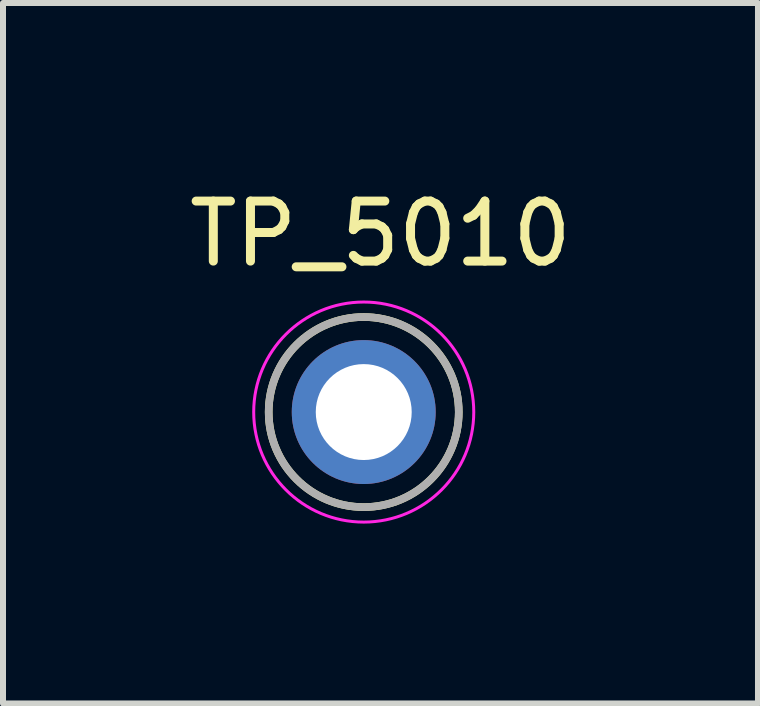
<source format=kicad_pcb>
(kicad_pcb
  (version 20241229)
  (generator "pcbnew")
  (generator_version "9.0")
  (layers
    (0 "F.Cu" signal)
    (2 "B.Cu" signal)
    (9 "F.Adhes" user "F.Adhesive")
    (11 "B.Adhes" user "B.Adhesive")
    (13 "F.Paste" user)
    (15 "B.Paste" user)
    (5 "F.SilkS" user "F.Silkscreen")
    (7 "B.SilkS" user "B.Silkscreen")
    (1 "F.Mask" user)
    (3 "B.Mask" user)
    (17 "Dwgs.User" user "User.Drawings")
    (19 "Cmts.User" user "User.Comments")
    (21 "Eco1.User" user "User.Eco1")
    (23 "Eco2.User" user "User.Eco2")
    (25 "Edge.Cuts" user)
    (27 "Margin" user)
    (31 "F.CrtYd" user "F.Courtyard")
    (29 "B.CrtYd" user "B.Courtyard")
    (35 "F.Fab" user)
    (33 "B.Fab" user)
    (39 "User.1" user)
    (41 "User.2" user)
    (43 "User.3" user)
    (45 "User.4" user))
  (footprint "TP_5010"
    (layer "F.Cu")
    (at 3.016 3.822)
    (property "Reference" "TP_5010" (at 0.28 -2.973 0) (layer "F.SilkS") (effects (font (size 1.001 1.001) (thickness 0.15))))
    (attr through_hole)
    (fp_circle (center 0 0) (end 1.585 0) (stroke (width 0.127) (type solid)) (fill no) (layer "F.SilkS"))
    (fp_circle (center 0 0) (end 1.835 0) (stroke (width 0.05) (type solid)) (fill no) (layer "F.CrtYd"))
    (fp_circle (center 0 0) (end 1.585 0) (stroke (width 0.127) (type solid)) (fill no) (layer "F.Fab"))
    (pad "TP" thru_hole circle (at 0 0) (size 2.4 2.4) (drill 1.6) (layers "*.Cu" "*.Mask")))
  (gr_rect
    (start -3 -3)
    (end 9.591 8.682)
    (stroke (width 0.1) (type default))
    (fill no)
    (layer "Edge.Cuts")))
</source>
